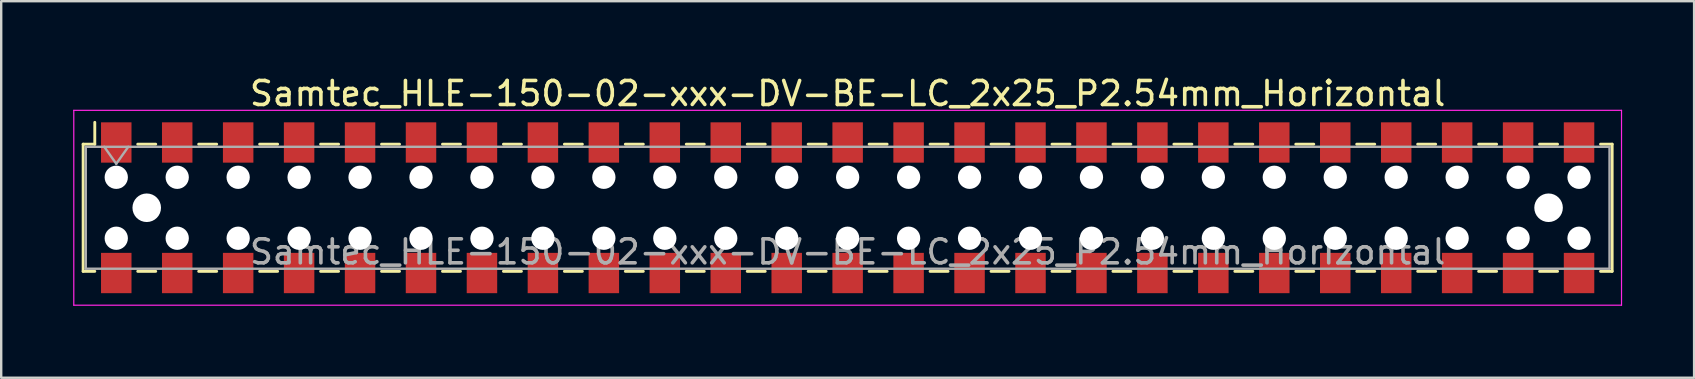
<source format=kicad_pcb>
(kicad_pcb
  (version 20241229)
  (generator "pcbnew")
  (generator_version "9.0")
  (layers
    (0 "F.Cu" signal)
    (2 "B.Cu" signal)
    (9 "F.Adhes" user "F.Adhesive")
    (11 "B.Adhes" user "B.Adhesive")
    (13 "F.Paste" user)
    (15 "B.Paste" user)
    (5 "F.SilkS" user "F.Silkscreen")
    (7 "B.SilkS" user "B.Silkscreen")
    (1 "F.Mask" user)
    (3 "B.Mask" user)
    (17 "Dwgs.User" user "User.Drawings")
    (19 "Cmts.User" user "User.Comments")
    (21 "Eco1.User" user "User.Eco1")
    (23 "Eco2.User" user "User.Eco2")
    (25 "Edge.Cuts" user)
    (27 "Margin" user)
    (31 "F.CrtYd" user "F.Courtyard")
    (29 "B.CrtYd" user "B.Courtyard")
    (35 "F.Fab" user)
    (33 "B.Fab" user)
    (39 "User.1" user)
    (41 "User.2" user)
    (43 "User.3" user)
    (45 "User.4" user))
  (footprint "Samtec_HLE-150-02-xxx-DV-BE-LC_2x25_P2.54mm_Horizontal"
    (layer "F.Cu")
    (at 32.275 5.608)
    (property "Reference" "Samtec_HLE-150-02-xxx-DV-BE-LC_2x25_P2.54mm_Horizontal" (at 0 -4.76 0) (layer "F.SilkS") (effects (font (size 1 1) (thickness 0.15))))
    (attr smd)
    (fp_line (start -31.86 -2.65) (end -31.86 2.65) (stroke (width 0.12) (type solid)) (layer "F.SilkS"))
    (fp_line (start -31.86 2.65) (end -31.375 2.65) (stroke (width 0.12) (type solid)) (layer "F.SilkS"))
    (fp_line (start -31.375 -3.56) (end -31.375 -2.65) (stroke (width 0.12) (type solid)) (layer "F.SilkS"))
    (fp_line (start -31.375 -2.65) (end -31.86 -2.65) (stroke (width 0.12) (type solid)) (layer "F.SilkS"))
    (fp_line (start -29.585 -2.65) (end -28.835 -2.65) (stroke (width 0.12) (type solid)) (layer "F.SilkS"))
    (fp_line (start -29.585 2.65) (end -28.835 2.65) (stroke (width 0.12) (type solid)) (layer "F.SilkS"))
    (fp_line (start -27.045 -2.65) (end -26.295 -2.65) (stroke (width 0.12) (type solid)) (layer "F.SilkS"))
    (fp_line (start -27.045 2.65) (end -26.295 2.65) (stroke (width 0.12) (type solid)) (layer "F.SilkS"))
    (fp_line (start -24.505 -2.65) (end -23.755 -2.65) (stroke (width 0.12) (type solid)) (layer "F.SilkS"))
    (fp_line (start -24.505 2.65) (end -23.755 2.65) (stroke (width 0.12) (type solid)) (layer "F.SilkS"))
    (fp_line (start -21.965 -2.65) (end -21.215 -2.65) (stroke (width 0.12) (type solid)) (layer "F.SilkS"))
    (fp_line (start -21.965 2.65) (end -21.215 2.65) (stroke (width 0.12) (type solid)) (layer "F.SilkS"))
    (fp_line (start -19.425 -2.65) (end -18.675 -2.65) (stroke (width 0.12) (type solid)) (layer "F.SilkS"))
    (fp_line (start -19.425 2.65) (end -18.675 2.65) (stroke (width 0.12) (type solid)) (layer "F.SilkS"))
    (fp_line (start -16.885 -2.65) (end -16.135 -2.65) (stroke (width 0.12) (type solid)) (layer "F.SilkS"))
    (fp_line (start -16.885 2.65) (end -16.135 2.65) (stroke (width 0.12) (type solid)) (layer "F.SilkS"))
    (fp_line (start -14.345 -2.65) (end -13.595 -2.65) (stroke (width 0.12) (type solid)) (layer "F.SilkS"))
    (fp_line (start -14.345 2.65) (end -13.595 2.65) (stroke (width 0.12) (type solid)) (layer "F.SilkS"))
    (fp_line (start -11.805 -2.65) (end -11.055 -2.65) (stroke (width 0.12) (type solid)) (layer "F.SilkS"))
    (fp_line (start -11.805 2.65) (end -11.055 2.65) (stroke (width 0.12) (type solid)) (layer "F.SilkS"))
    (fp_line (start -9.265 -2.65) (end -8.515 -2.65) (stroke (width 0.12) (type solid)) (layer "F.SilkS"))
    (fp_line (start -9.265 2.65) (end -8.515 2.65) (stroke (width 0.12) (type solid)) (layer "F.SilkS"))
    (fp_line (start -6.725 -2.65) (end -5.975 -2.65) (stroke (width 0.12) (type solid)) (layer "F.SilkS"))
    (fp_line (start -6.725 2.65) (end -5.975 2.65) (stroke (width 0.12) (type solid)) (layer "F.SilkS"))
    (fp_line (start -4.185 -2.65) (end -3.435 -2.65) (stroke (width 0.12) (type solid)) (layer "F.SilkS"))
    (fp_line (start -4.185 2.65) (end -3.435 2.65) (stroke (width 0.12) (type solid)) (layer "F.SilkS"))
    (fp_line (start -1.645 -2.65) (end -0.895 -2.65) (stroke (width 0.12) (type solid)) (layer "F.SilkS"))
    (fp_line (start -1.645 2.65) (end -0.895 2.65) (stroke (width 0.12) (type solid)) (layer "F.SilkS"))
    (fp_line (start 0.895 -2.65) (end 1.645 -2.65) (stroke (width 0.12) (type solid)) (layer "F.SilkS"))
    (fp_line (start 0.895 2.65) (end 1.645 2.65) (stroke (width 0.12) (type solid)) (layer "F.SilkS"))
    (fp_line (start 3.435 -2.65) (end 4.185 -2.65) (stroke (width 0.12) (type solid)) (layer "F.SilkS"))
    (fp_line (start 3.435 2.65) (end 4.185 2.65) (stroke (width 0.12) (type solid)) (layer "F.SilkS"))
    (fp_line (start 5.975 -2.65) (end 6.725 -2.65) (stroke (width 0.12) (type solid)) (layer "F.SilkS"))
    (fp_line (start 5.975 2.65) (end 6.725 2.65) (stroke (width 0.12) (type solid)) (layer "F.SilkS"))
    (fp_line (start 8.515 -2.65) (end 9.265 -2.65) (stroke (width 0.12) (type solid)) (layer "F.SilkS"))
    (fp_line (start 8.515 2.65) (end 9.265 2.65) (stroke (width 0.12) (type solid)) (layer "F.SilkS"))
    (fp_line (start 11.055 -2.65) (end 11.805 -2.65) (stroke (width 0.12) (type solid)) (layer "F.SilkS"))
    (fp_line (start 11.055 2.65) (end 11.805 2.65) (stroke (width 0.12) (type solid)) (layer "F.SilkS"))
    (fp_line (start 13.595 -2.65) (end 14.345 -2.65) (stroke (width 0.12) (type solid)) (layer "F.SilkS"))
    (fp_line (start 13.595 2.65) (end 14.345 2.65) (stroke (width 0.12) (type solid)) (layer "F.SilkS"))
    (fp_line (start 16.135 -2.65) (end 16.885 -2.65) (stroke (width 0.12) (type solid)) (layer "F.SilkS"))
    (fp_line (start 16.135 2.65) (end 16.885 2.65) (stroke (width 0.12) (type solid)) (layer "F.SilkS"))
    (fp_line (start 18.675 -2.65) (end 19.425 -2.65) (stroke (width 0.12) (type solid)) (layer "F.SilkS"))
    (fp_line (start 18.675 2.65) (end 19.425 2.65) (stroke (width 0.12) (type solid)) (layer "F.SilkS"))
    (fp_line (start 21.215 -2.65) (end 21.965 -2.65) (stroke (width 0.12) (type solid)) (layer "F.SilkS"))
    (fp_line (start 21.215 2.65) (end 21.965 2.65) (stroke (width 0.12) (type solid)) (layer "F.SilkS"))
    (fp_line (start 23.755 -2.65) (end 24.505 -2.65) (stroke (width 0.12) (type solid)) (layer "F.SilkS"))
    (fp_line (start 23.755 2.65) (end 24.505 2.65) (stroke (width 0.12) (type solid)) (layer "F.SilkS"))
    (fp_line (start 26.295 -2.65) (end 27.045 -2.65) (stroke (width 0.12) (type solid)) (layer "F.SilkS"))
    (fp_line (start 26.295 2.65) (end 27.045 2.65) (stroke (width 0.12) (type solid)) (layer "F.SilkS"))
    (fp_line (start 28.835 -2.65) (end 29.585 -2.65) (stroke (width 0.12) (type solid)) (layer "F.SilkS"))
    (fp_line (start 28.835 2.65) (end 29.585 2.65) (stroke (width 0.12) (type solid)) (layer "F.SilkS"))
    (fp_line (start 31.375 -2.65) (end 31.86 -2.65) (stroke (width 0.12) (type solid)) (layer "F.SilkS"))
    (fp_line (start 31.86 -2.65) (end 31.86 2.65) (stroke (width 0.12) (type solid)) (layer "F.SilkS"))
    (fp_line (start 31.86 2.65) (end 31.375 2.65) (stroke (width 0.12) (type solid)) (layer "F.SilkS"))
    (fp_line (start -32.25 -4.06) (end 32.25 -4.06) (stroke (width 0.05) (type solid)) (layer "F.CrtYd"))
    (fp_line (start -32.25 4.06) (end -32.25 -4.06) (stroke (width 0.05) (type solid)) (layer "F.CrtYd"))
    (fp_line (start 32.25 -4.06) (end 32.25 4.06) (stroke (width 0.05) (type solid)) (layer "F.CrtYd"))
    (fp_line (start 32.25 4.06) (end -32.25 4.06) (stroke (width 0.05) (type solid)) (layer "F.CrtYd"))
    (fp_line (start -31.75 -2.54) (end 31.75 -2.54) (stroke (width 0.1) (type solid)) (layer "F.Fab"))
    (fp_line (start -31.75 2.54) (end -31.75 -2.54) (stroke (width 0.1) (type solid)) (layer "F.Fab"))
    (fp_line (start -30.98 -2.54) (end -30.48 -1.833) (stroke (width 0.1) (type solid)) (layer "F.Fab"))
    (fp_line (start -30.48 -1.833) (end -29.98 -2.54) (stroke (width 0.1) (type solid)) (layer "F.Fab"))
    (fp_line (start 31.75 -2.54) (end 31.75 2.54) (stroke (width 0.1) (type solid)) (layer "F.Fab"))
    (fp_line (start 31.75 2.54) (end -31.75 2.54) (stroke (width 0.1) (type solid)) (layer "F.Fab"))
    (fp_text user "${REFERENCE}" (at 0 1.84 0) (layer "F.Fab") (effects (font (size 1 1) (thickness 0.15))))
    (pad "" np_thru_hole circle (at -30.48 -1.27) (size 0.97 0.97) (drill 0.97) (layers "*.Cu" "*.Mask"))
    (pad "" np_thru_hole circle (at -30.48 1.27) (size 0.97 0.97) (drill 0.97) (layers "*.Cu" "*.Mask"))
    (pad "" np_thru_hole circle (at -29.21 0) (size 1.19 1.19) (drill 1.19) (layers "*.Cu" "*.Mask"))
    (pad "" np_thru_hole circle (at -27.94 -1.27) (size 0.97 0.97) (drill 0.97) (layers "*.Cu" "*.Mask"))
    (pad "" np_thru_hole circle (at -27.94 1.27) (size 0.97 0.97) (drill 0.97) (layers "*.Cu" "*.Mask"))
    (pad "" np_thru_hole circle (at -25.4 -1.27) (size 0.97 0.97) (drill 0.97) (layers "*.Cu" "*.Mask"))
    (pad "" np_thru_hole circle (at -25.4 1.27) (size 0.97 0.97) (drill 0.97) (layers "*.Cu" "*.Mask"))
    (pad "" np_thru_hole circle (at -22.86 -1.27) (size 0.97 0.97) (drill 0.97) (layers "*.Cu" "*.Mask"))
    (pad "" np_thru_hole circle (at -22.86 1.27) (size 0.97 0.97) (drill 0.97) (layers "*.Cu" "*.Mask"))
    (pad "" np_thru_hole circle (at -20.32 -1.27) (size 0.97 0.97) (drill 0.97) (layers "*.Cu" "*.Mask"))
    (pad "" np_thru_hole circle (at -20.32 1.27) (size 0.97 0.97) (drill 0.97) (layers "*.Cu" "*.Mask"))
    (pad "" np_thru_hole circle (at -17.78 -1.27) (size 0.97 0.97) (drill 0.97) (layers "*.Cu" "*.Mask"))
    (pad "" np_thru_hole circle (at -17.78 1.27) (size 0.97 0.97) (drill 0.97) (layers "*.Cu" "*.Mask"))
    (pad "" np_thru_hole circle (at -15.24 -1.27) (size 0.97 0.97) (drill 0.97) (layers "*.Cu" "*.Mask"))
    (pad "" np_thru_hole circle (at -15.24 1.27) (size 0.97 0.97) (drill 0.97) (layers "*.Cu" "*.Mask"))
    (pad "" np_thru_hole circle (at -12.7 -1.27) (size 0.97 0.97) (drill 0.97) (layers "*.Cu" "*.Mask"))
    (pad "" np_thru_hole circle (at -12.7 1.27) (size 0.97 0.97) (drill 0.97) (layers "*.Cu" "*.Mask"))
    (pad "" np_thru_hole circle (at -10.16 -1.27) (size 0.97 0.97) (drill 0.97) (layers "*.Cu" "*.Mask"))
    (pad "" np_thru_hole circle (at -10.16 1.27) (size 0.97 0.97) (drill 0.97) (layers "*.Cu" "*.Mask"))
    (pad "" np_thru_hole circle (at -7.62 -1.27) (size 0.97 0.97) (drill 0.97) (layers "*.Cu" "*.Mask"))
    (pad "" np_thru_hole circle (at -7.62 1.27) (size 0.97 0.97) (drill 0.97) (layers "*.Cu" "*.Mask"))
    (pad "" np_thru_hole circle (at -5.08 -1.27) (size 0.97 0.97) (drill 0.97) (layers "*.Cu" "*.Mask"))
    (pad "" np_thru_hole circle (at -5.08 1.27) (size 0.97 0.97) (drill 0.97) (layers "*.Cu" "*.Mask"))
    (pad "" np_thru_hole circle (at -2.54 -1.27) (size 0.97 0.97) (drill 0.97) (layers "*.Cu" "*.Mask"))
    (pad "" np_thru_hole circle (at -2.54 1.27) (size 0.97 0.97) (drill 0.97) (layers "*.Cu" "*.Mask"))
    (pad "" np_thru_hole circle (at 0 -1.27) (size 0.97 0.97) (drill 0.97) (layers "*.Cu" "*.Mask"))
    (pad "" np_thru_hole circle (at 0 1.27) (size 0.97 0.97) (drill 0.97) (layers "*.Cu" "*.Mask"))
    (pad "" np_thru_hole circle (at 2.54 -1.27) (size 0.97 0.97) (drill 0.97) (layers "*.Cu" "*.Mask"))
    (pad "" np_thru_hole circle (at 2.54 1.27) (size 0.97 0.97) (drill 0.97) (layers "*.Cu" "*.Mask"))
    (pad "" np_thru_hole circle (at 5.08 -1.27) (size 0.97 0.97) (drill 0.97) (layers "*.Cu" "*.Mask"))
    (pad "" np_thru_hole circle (at 5.08 1.27) (size 0.97 0.97) (drill 0.97) (layers "*.Cu" "*.Mask"))
    (pad "" np_thru_hole circle (at 7.62 -1.27) (size 0.97 0.97) (drill 0.97) (layers "*.Cu" "*.Mask"))
    (pad "" np_thru_hole circle (at 7.62 1.27) (size 0.97 0.97) (drill 0.97) (layers "*.Cu" "*.Mask"))
    (pad "" np_thru_hole circle (at 10.16 -1.27) (size 0.97 0.97) (drill 0.97) (layers "*.Cu" "*.Mask"))
    (pad "" np_thru_hole circle (at 10.16 1.27) (size 0.97 0.97) (drill 0.97) (layers "*.Cu" "*.Mask"))
    (pad "" np_thru_hole circle (at 12.7 -1.27) (size 0.97 0.97) (drill 0.97) (layers "*.Cu" "*.Mask"))
    (pad "" np_thru_hole circle (at 12.7 1.27) (size 0.97 0.97) (drill 0.97) (layers "*.Cu" "*.Mask"))
    (pad "" np_thru_hole circle (at 15.24 -1.27) (size 0.97 0.97) (drill 0.97) (layers "*.Cu" "*.Mask"))
    (pad "" np_thru_hole circle (at 15.24 1.27) (size 0.97 0.97) (drill 0.97) (layers "*.Cu" "*.Mask"))
    (pad "" np_thru_hole circle (at 17.78 -1.27) (size 0.97 0.97) (drill 0.97) (layers "*.Cu" "*.Mask"))
    (pad "" np_thru_hole circle (at 17.78 1.27) (size 0.97 0.97) (drill 0.97) (layers "*.Cu" "*.Mask"))
    (pad "" np_thru_hole circle (at 20.32 -1.27) (size 0.97 0.97) (drill 0.97) (layers "*.Cu" "*.Mask"))
    (pad "" np_thru_hole circle (at 20.32 1.27) (size 0.97 0.97) (drill 0.97) (layers "*.Cu" "*.Mask"))
    (pad "" np_thru_hole circle (at 22.86 -1.27) (size 0.97 0.97) (drill 0.97) (layers "*.Cu" "*.Mask"))
    (pad "" np_thru_hole circle (at 22.86 1.27) (size 0.97 0.97) (drill 0.97) (layers "*.Cu" "*.Mask"))
    (pad "" np_thru_hole circle (at 25.4 -1.27) (size 0.97 0.97) (drill 0.97) (layers "*.Cu" "*.Mask"))
    (pad "" np_thru_hole circle (at 25.4 1.27) (size 0.97 0.97) (drill 0.97) (layers "*.Cu" "*.Mask"))
    (pad "" np_thru_hole circle (at 27.94 -1.27) (size 0.97 0.97) (drill 0.97) (layers "*.Cu" "*.Mask"))
    (pad "" np_thru_hole circle (at 27.94 1.27) (size 0.97 0.97) (drill 0.97) (layers "*.Cu" "*.Mask"))
    (pad "" np_thru_hole circle (at 29.21 0) (size 1.19 1.19) (drill 1.19) (layers "*.Cu" "*.Mask"))
    (pad "" np_thru_hole circle (at 30.48 -1.27) (size 0.97 0.97) (drill 0.97) (layers "*.Cu" "*.Mask"))
    (pad "" np_thru_hole circle (at 30.48 1.27) (size 0.97 0.97) (drill 0.97) (layers "*.Cu" "*.Mask"))
    (pad "1" smd rect (at -30.48 -2.72) (size 1.27 1.68) (layers "F.Cu" "F.Mask" "F.Paste"))
    (pad "2" smd rect (at -30.48 2.72) (size 1.27 1.68) (layers "F.Cu" "F.Mask" "F.Paste"))
    (pad "3" smd rect (at -27.94 -2.72) (size 1.27 1.68) (layers "F.Cu" "F.Mask" "F.Paste"))
    (pad "4" smd rect (at -27.94 2.72) (size 1.27 1.68) (layers "F.Cu" "F.Mask" "F.Paste"))
    (pad "5" smd rect (at -25.4 -2.72) (size 1.27 1.68) (layers "F.Cu" "F.Mask" "F.Paste"))
    (pad "6" smd rect (at -25.4 2.72) (size 1.27 1.68) (layers "F.Cu" "F.Mask" "F.Paste"))
    (pad "7" smd rect (at -22.86 -2.72) (size 1.27 1.68) (layers "F.Cu" "F.Mask" "F.Paste"))
    (pad "8" smd rect (at -22.86 2.72) (size 1.27 1.68) (layers "F.Cu" "F.Mask" "F.Paste"))
    (pad "9" smd rect (at -20.32 -2.72) (size 1.27 1.68) (layers "F.Cu" "F.Mask" "F.Paste"))
    (pad "10" smd rect (at -20.32 2.72) (size 1.27 1.68) (layers "F.Cu" "F.Mask" "F.Paste"))
    (pad "11" smd rect (at -17.78 -2.72) (size 1.27 1.68) (layers "F.Cu" "F.Mask" "F.Paste"))
    (pad "12" smd rect (at -17.78 2.72) (size 1.27 1.68) (layers "F.Cu" "F.Mask" "F.Paste"))
    (pad "13" smd rect (at -15.24 -2.72) (size 1.27 1.68) (layers "F.Cu" "F.Mask" "F.Paste"))
    (pad "14" smd rect (at -15.24 2.72) (size 1.27 1.68) (layers "F.Cu" "F.Mask" "F.Paste"))
    (pad "15" smd rect (at -12.7 -2.72) (size 1.27 1.68) (layers "F.Cu" "F.Mask" "F.Paste"))
    (pad "16" smd rect (at -12.7 2.72) (size 1.27 1.68) (layers "F.Cu" "F.Mask" "F.Paste"))
    (pad "17" smd rect (at -10.16 -2.72) (size 1.27 1.68) (layers "F.Cu" "F.Mask" "F.Paste"))
    (pad "18" smd rect (at -10.16 2.72) (size 1.27 1.68) (layers "F.Cu" "F.Mask" "F.Paste"))
    (pad "19" smd rect (at -7.62 -2.72) (size 1.27 1.68) (layers "F.Cu" "F.Mask" "F.Paste"))
    (pad "20" smd rect (at -7.62 2.72) (size 1.27 1.68) (layers "F.Cu" "F.Mask" "F.Paste"))
    (pad "21" smd rect (at -5.08 -2.72) (size 1.27 1.68) (layers "F.Cu" "F.Mask" "F.Paste"))
    (pad "22" smd rect (at -5.08 2.72) (size 1.27 1.68) (layers "F.Cu" "F.Mask" "F.Paste"))
    (pad "23" smd rect (at -2.54 -2.72) (size 1.27 1.68) (layers "F.Cu" "F.Mask" "F.Paste"))
    (pad "24" smd rect (at -2.54 2.72) (size 1.27 1.68) (layers "F.Cu" "F.Mask" "F.Paste"))
    (pad "25" smd rect (at 0 -2.72) (size 1.27 1.68) (layers "F.Cu" "F.Mask" "F.Paste"))
    (pad "26" smd rect (at 0 2.72) (size 1.27 1.68) (layers "F.Cu" "F.Mask" "F.Paste"))
    (pad "27" smd rect (at 2.54 -2.72) (size 1.27 1.68) (layers "F.Cu" "F.Mask" "F.Paste"))
    (pad "28" smd rect (at 2.54 2.72) (size 1.27 1.68) (layers "F.Cu" "F.Mask" "F.Paste"))
    (pad "29" smd rect (at 5.08 -2.72) (size 1.27 1.68) (layers "F.Cu" "F.Mask" "F.Paste"))
    (pad "30" smd rect (at 5.08 2.72) (size 1.27 1.68) (layers "F.Cu" "F.Mask" "F.Paste"))
    (pad "31" smd rect (at 7.62 -2.72) (size 1.27 1.68) (layers "F.Cu" "F.Mask" "F.Paste"))
    (pad "32" smd rect (at 7.62 2.72) (size 1.27 1.68) (layers "F.Cu" "F.Mask" "F.Paste"))
    (pad "33" smd rect (at 10.16 -2.72) (size 1.27 1.68) (layers "F.Cu" "F.Mask" "F.Paste"))
    (pad "34" smd rect (at 10.16 2.72) (size 1.27 1.68) (layers "F.Cu" "F.Mask" "F.Paste"))
    (pad "35" smd rect (at 12.7 -2.72) (size 1.27 1.68) (layers "F.Cu" "F.Mask" "F.Paste"))
    (pad "36" smd rect (at 12.7 2.72) (size 1.27 1.68) (layers "F.Cu" "F.Mask" "F.Paste"))
    (pad "37" smd rect (at 15.24 -2.72) (size 1.27 1.68) (layers "F.Cu" "F.Mask" "F.Paste"))
    (pad "38" smd rect (at 15.24 2.72) (size 1.27 1.68) (layers "F.Cu" "F.Mask" "F.Paste"))
    (pad "39" smd rect (at 17.78 -2.72) (size 1.27 1.68) (layers "F.Cu" "F.Mask" "F.Paste"))
    (pad "40" smd rect (at 17.78 2.72) (size 1.27 1.68) (layers "F.Cu" "F.Mask" "F.Paste"))
    (pad "41" smd rect (at 20.32 -2.72) (size 1.27 1.68) (layers "F.Cu" "F.Mask" "F.Paste"))
    (pad "42" smd rect (at 20.32 2.72) (size 1.27 1.68) (layers "F.Cu" "F.Mask" "F.Paste"))
    (pad "43" smd rect (at 22.86 -2.72) (size 1.27 1.68) (layers "F.Cu" "F.Mask" "F.Paste"))
    (pad "44" smd rect (at 22.86 2.72) (size 1.27 1.68) (layers "F.Cu" "F.Mask" "F.Paste"))
    (pad "45" smd rect (at 25.4 -2.72) (size 1.27 1.68) (layers "F.Cu" "F.Mask" "F.Paste"))
    (pad "46" smd rect (at 25.4 2.72) (size 1.27 1.68) (layers "F.Cu" "F.Mask" "F.Paste"))
    (pad "47" smd rect (at 27.94 -2.72) (size 1.27 1.68) (layers "F.Cu" "F.Mask" "F.Paste"))
    (pad "48" smd rect (at 27.94 2.72) (size 1.27 1.68) (layers "F.Cu" "F.Mask" "F.Paste"))
    (pad "49" smd rect (at 30.48 -2.72) (size 1.27 1.68) (layers "F.Cu" "F.Mask" "F.Paste"))
    (pad "50" smd rect (at 30.48 2.72) (size 1.27 1.68) (layers "F.Cu" "F.Mask" "F.Paste")))
  (gr_rect
    (start -3 -3)
    (end 67.55 12.693)
    (stroke (width 0.1) (type default))
    (fill no)
    (layer "Edge.Cuts")))
</source>
